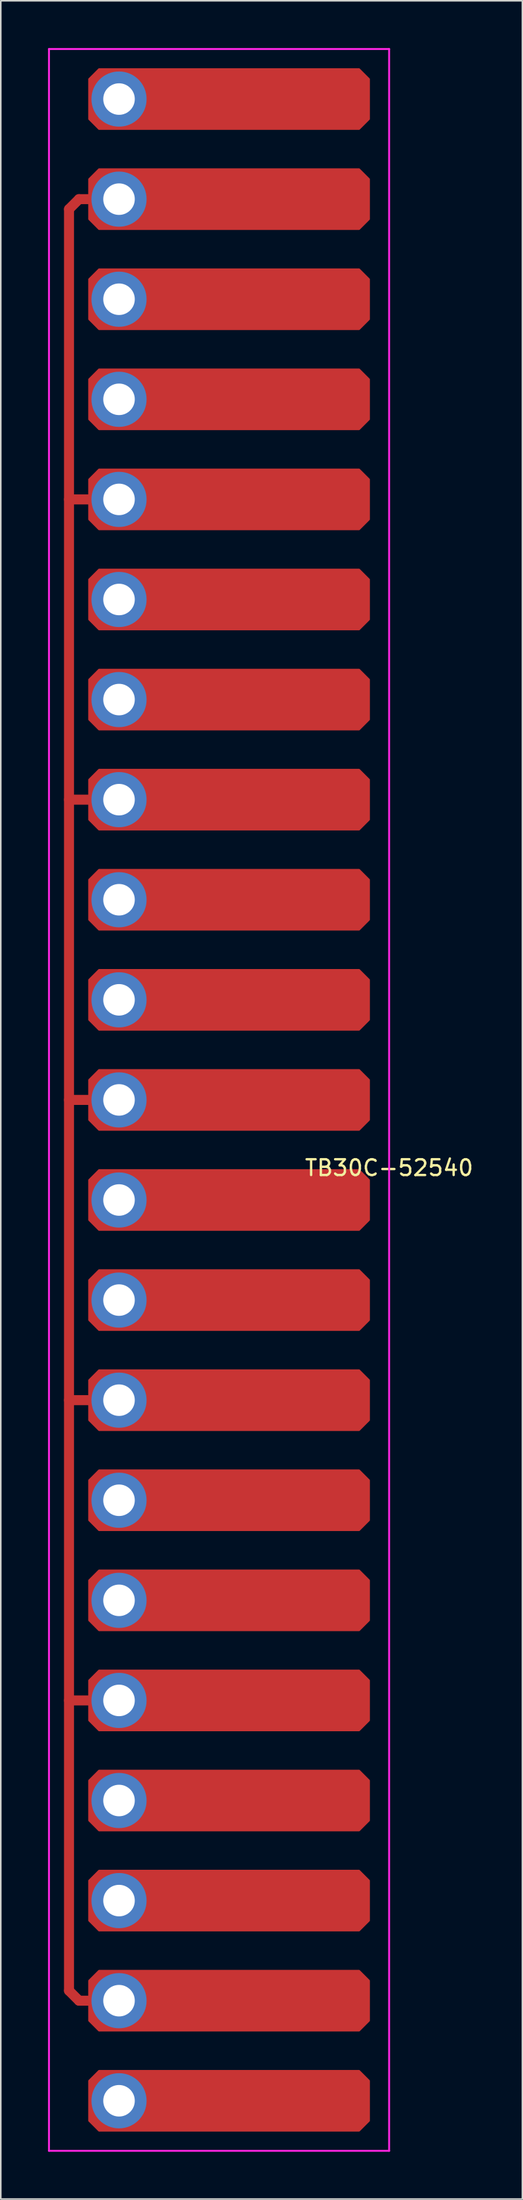
<source format=kicad_pcb>
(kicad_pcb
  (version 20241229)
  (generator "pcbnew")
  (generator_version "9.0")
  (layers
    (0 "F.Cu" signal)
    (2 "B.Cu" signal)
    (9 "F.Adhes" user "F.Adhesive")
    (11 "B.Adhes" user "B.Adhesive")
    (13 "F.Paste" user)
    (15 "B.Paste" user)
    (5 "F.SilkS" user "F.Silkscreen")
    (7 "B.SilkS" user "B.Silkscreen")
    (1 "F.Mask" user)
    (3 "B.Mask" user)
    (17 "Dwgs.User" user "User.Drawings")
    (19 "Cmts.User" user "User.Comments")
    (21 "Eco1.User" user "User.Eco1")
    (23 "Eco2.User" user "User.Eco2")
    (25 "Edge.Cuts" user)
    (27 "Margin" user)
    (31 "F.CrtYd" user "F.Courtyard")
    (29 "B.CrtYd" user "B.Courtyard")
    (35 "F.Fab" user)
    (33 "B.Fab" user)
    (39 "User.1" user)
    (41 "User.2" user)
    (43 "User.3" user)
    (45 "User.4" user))
  (footprint "TB30C-52540"
    (layer "F.Cu")
    (at 10.855 86.42)
    (property "Reference" "TB30C-52540" (at 10.795 -15.375 0) (layer "F.SilkS") (effects (font (size 1 1) (thickness 0.15))))
    (attr through_hole)
    (fp_line (start -9.525 -76.2) (end -9.525 36.83) (stroke (width 0.635) (type solid)) (layer "F.Cu"))
    (fp_line (start -9.525 -76.2) (end -8.89 -76.835) (stroke (width 0.635) (type solid)) (layer "F.Cu"))
    (fp_line (start -9.525 -57.785) (end -7.62 -57.785) (stroke (width 0.635) (type solid)) (layer "F.Cu"))
    (fp_line (start -9.525 -38.735) (end -7.62 -38.735) (stroke (width 0.635) (type solid)) (layer "F.Cu"))
    (fp_line (start -9.525 -19.685) (end -7.62 -19.685) (stroke (width 0.635) (type solid)) (layer "F.Cu"))
    (fp_line (start -9.525 -0.635) (end -7.62 -0.635) (stroke (width 0.635) (type solid)) (layer "F.Cu"))
    (fp_line (start -9.525 18.415) (end -7.62 18.415) (stroke (width 0.635) (type solid)) (layer "F.Cu"))
    (fp_line (start -9.525 36.83) (end -8.89 37.465) (stroke (width 0.635) (type solid)) (layer "F.Cu"))
    (fp_line (start -8.89 -76.835) (end -7.62 -76.835) (stroke (width 0.635) (type solid)) (layer "F.Cu"))
    (fp_line (start -8.89 37.465) (end -7.62 37.465) (stroke (width 0.635) (type solid)) (layer "F.Cu"))
    (fp_poly (pts (xy 9.525 -84.455) (xy 9.525 -81.915) (xy 8.89 -81.28) (xy -7.62 -81.28) (xy -8.255 -81.915) (xy -8.255 -84.455) (xy -7.62 -85.09) (xy 8.89 -85.09)) (stroke (width 0.1) (type solid)) (fill yes) (layer "F.Cu"))
    (fp_poly (pts (xy 9.525 -78.105) (xy 9.525 -75.565) (xy 8.89 -74.93) (xy -7.62 -74.93) (xy -8.255 -75.565) (xy -8.255 -78.105) (xy -7.62 -78.74) (xy 8.89 -78.74)) (stroke (width 0.1) (type solid)) (fill yes) (layer "F.Cu"))
    (fp_poly (pts (xy 9.525 -71.755) (xy 9.525 -69.215) (xy 8.89 -68.58) (xy -7.62 -68.58) (xy -8.255 -69.215) (xy -8.255 -71.755) (xy -7.62 -72.39) (xy 8.89 -72.39)) (stroke (width 0.1) (type solid)) (fill yes) (layer "F.Cu"))
    (fp_poly (pts (xy 9.525 -65.405) (xy 9.525 -62.865) (xy 8.89 -62.23) (xy -7.62 -62.23) (xy -8.255 -62.865) (xy -8.255 -65.405) (xy -7.62 -66.04) (xy 8.89 -66.04)) (stroke (width 0.1) (type solid)) (fill yes) (layer "F.Cu"))
    (fp_poly (pts (xy 9.525 -59.055) (xy 9.525 -56.515) (xy 8.89 -55.88) (xy -7.62 -55.88) (xy -8.255 -56.515) (xy -8.255 -59.055) (xy -7.62 -59.69) (xy 8.89 -59.69)) (stroke (width 0.1) (type solid)) (fill yes) (layer "F.Cu"))
    (fp_poly (pts (xy 9.525 -52.705) (xy 9.525 -50.165) (xy 8.89 -49.53) (xy -7.62 -49.53) (xy -8.255 -50.165) (xy -8.255 -52.705) (xy -7.62 -53.34) (xy 8.89 -53.34)) (stroke (width 0.1) (type solid)) (fill yes) (layer "F.Cu"))
    (fp_poly (pts (xy 9.525 -46.355) (xy 9.525 -43.815) (xy 8.89 -43.18) (xy -7.62 -43.18) (xy -8.255 -43.815) (xy -8.255 -46.355) (xy -7.62 -46.99) (xy 8.89 -46.99)) (stroke (width 0.1) (type solid)) (fill yes) (layer "F.Cu"))
    (fp_poly (pts (xy 9.525 -40.005) (xy 9.525 -37.465) (xy 8.89 -36.83) (xy -7.62 -36.83) (xy -8.255 -37.465) (xy -8.255 -40.005) (xy -7.62 -40.64) (xy 8.89 -40.64)) (stroke (width 0.1) (type solid)) (fill yes) (layer "F.Cu"))
    (fp_poly (pts (xy 9.525 -33.655) (xy 9.525 -31.115) (xy 8.89 -30.48) (xy -7.62 -30.48) (xy -8.255 -31.115) (xy -8.255 -33.655) (xy -7.62 -34.29) (xy 8.89 -34.29)) (stroke (width 0.1) (type solid)) (fill yes) (layer "F.Cu"))
    (fp_poly (pts (xy 9.525 -27.305) (xy 9.525 -24.765) (xy 8.89 -24.13) (xy -7.62 -24.13) (xy -8.255 -24.765) (xy -8.255 -27.305) (xy -7.62 -27.94) (xy 8.89 -27.94)) (stroke (width 0.1) (type solid)) (fill yes) (layer "F.Cu"))
    (fp_poly (pts (xy 9.525 -20.955) (xy 9.525 -18.415) (xy 8.89 -17.78) (xy -7.62 -17.78) (xy -8.255 -18.415) (xy -8.255 -20.955) (xy -7.62 -21.59) (xy 8.89 -21.59)) (stroke (width 0.1) (type solid)) (fill yes) (layer "F.Cu"))
    (fp_poly (pts (xy 9.525 -14.605) (xy 9.525 -12.065) (xy 8.89 -11.43) (xy -7.62 -11.43) (xy -8.255 -12.065) (xy -8.255 -14.605) (xy -7.62 -15.24) (xy 8.89 -15.24)) (stroke (width 0.1) (type solid)) (fill yes) (layer "F.Cu"))
    (fp_poly (pts (xy 9.525 -8.255) (xy 9.525 -5.715) (xy 8.89 -5.08) (xy -7.62 -5.08) (xy -8.255 -5.715) (xy -8.255 -8.255) (xy -7.62 -8.89) (xy 8.89 -8.89)) (stroke (width 0.1) (type solid)) (fill yes) (layer "F.Cu"))
    (fp_poly (pts (xy 9.525 -1.905) (xy 9.525 0.635) (xy 8.89 1.27) (xy -7.62 1.27) (xy -8.255 0.635) (xy -8.255 -1.905) (xy -7.62 -2.54) (xy 8.89 -2.54)) (stroke (width 0.1) (type solid)) (fill yes) (layer "F.Cu"))
    (fp_poly (pts (xy 9.525 4.445) (xy 9.525 6.985) (xy 8.89 7.62) (xy -7.62 7.62) (xy -8.255 6.985) (xy -8.255 4.445) (xy -7.62 3.81) (xy 8.89 3.81)) (stroke (width 0.1) (type solid)) (fill yes) (layer "F.Cu"))
    (fp_poly (pts (xy 9.525 10.795) (xy 9.525 13.335) (xy 8.89 13.97) (xy -7.62 13.97) (xy -8.255 13.335) (xy -8.255 10.795) (xy -7.62 10.16) (xy 8.89 10.16)) (stroke (width 0.1) (type solid)) (fill yes) (layer "F.Cu"))
    (fp_poly (pts (xy 9.525 17.145) (xy 9.525 19.685) (xy 8.89 20.32) (xy -7.62 20.32) (xy -8.255 19.685) (xy -8.255 17.145) (xy -7.62 16.51) (xy 8.89 16.51)) (stroke (width 0.1) (type solid)) (fill yes) (layer "F.Cu"))
    (fp_poly (pts (xy 9.525 23.495) (xy 9.525 26.035) (xy 8.89 26.67) (xy -7.62 26.67) (xy -8.255 26.035) (xy -8.255 23.495) (xy -7.62 22.86) (xy 8.89 22.86)) (stroke (width 0.1) (type solid)) (fill yes) (layer "F.Cu"))
    (fp_poly (pts (xy 9.525 29.845) (xy 9.525 32.385) (xy 8.89 33.02) (xy -7.62 33.02) (xy -8.255 32.385) (xy -8.255 29.845) (xy -7.62 29.21) (xy 8.89 29.21)) (stroke (width 0.1) (type solid)) (fill yes) (layer "F.Cu"))
    (fp_poly (pts (xy 9.525 36.195) (xy 9.525 38.735) (xy 8.89 39.37) (xy -7.62 39.37) (xy -8.255 38.735) (xy -8.255 36.195) (xy -7.62 35.56) (xy 8.89 35.56)) (stroke (width 0.1) (type solid)) (fill yes) (layer "F.Cu"))
    (fp_poly (pts (xy 9.525 42.545) (xy 9.525 45.085) (xy 8.89 45.72) (xy -7.62 45.72) (xy -8.255 45.085) (xy -8.255 42.545) (xy -7.62 41.91) (xy 8.89 41.91)) (stroke (width 0.1) (type solid)) (fill yes) (layer "F.Cu"))
    (fp_poly (pts (xy 9.335 -84.391) (xy 9.335 -81.978) (xy 8.826 -81.471) (xy -7.556 -81.471) (xy -8.065 -81.978) (xy -8.065 -84.391) (xy -7.556 -84.9) (xy 8.826 -84.9)) (stroke (width 0.1) (type solid)) (fill yes) (layer "F.Mask"))
    (fp_poly (pts (xy 9.335 -78.041) (xy 9.335 -75.629) (xy 8.826 -75.121) (xy -7.556 -75.121) (xy -8.065 -75.629) (xy -8.065 -78.041) (xy -7.556 -78.549) (xy 8.826 -78.549)) (stroke (width 0.1) (type solid)) (fill yes) (layer "F.Mask"))
    (fp_poly (pts (xy 9.335 -71.692) (xy 9.335 -69.278) (xy 8.826 -68.77) (xy -7.556 -68.77) (xy -8.065 -69.278) (xy -8.065 -71.692) (xy -7.556 -72.2) (xy 8.826 -72.2)) (stroke (width 0.1) (type solid)) (fill yes) (layer "F.Mask"))
    (fp_poly (pts (xy 9.335 -65.341) (xy 9.335 -62.928) (xy 8.826 -62.42) (xy -7.556 -62.42) (xy -8.065 -62.928) (xy -8.065 -65.341) (xy -7.556 -65.85) (xy 8.826 -65.85)) (stroke (width 0.1) (type solid)) (fill yes) (layer "F.Mask"))
    (fp_poly (pts (xy 9.335 -58.992) (xy 9.335 -56.578) (xy 8.826 -56.071) (xy -7.556 -56.071) (xy -8.065 -56.578) (xy -8.065 -58.992) (xy -7.556 -59.499) (xy 8.826 -59.499)) (stroke (width 0.1) (type solid)) (fill yes) (layer "F.Mask"))
    (fp_poly (pts (xy 9.335 -52.642) (xy 9.335 -50.228) (xy 8.826 -49.721) (xy -7.556 -49.721) (xy -8.065 -50.228) (xy -8.065 -52.642) (xy -7.556 -53.15) (xy 8.826 -53.15)) (stroke (width 0.1) (type solid)) (fill yes) (layer "F.Mask"))
    (fp_poly (pts (xy 9.335 -46.291) (xy 9.335 -43.879) (xy 8.826 -43.37) (xy -7.556 -43.37) (xy -8.065 -43.879) (xy -8.065 -46.291) (xy -7.556 -46.8) (xy 8.826 -46.8)) (stroke (width 0.1) (type solid)) (fill yes) (layer "F.Mask"))
    (fp_poly (pts (xy 9.335 -39.941) (xy 9.335 -37.529) (xy 8.826 -37.02) (xy -7.556 -37.02) (xy -8.065 -37.529) (xy -8.065 -39.941) (xy -7.556 -40.45) (xy 8.826 -40.45)) (stroke (width 0.1) (type solid)) (fill yes) (layer "F.Mask"))
    (fp_poly (pts (xy 9.335 -33.592) (xy 9.335 -31.178) (xy 8.826 -30.671) (xy -7.556 -30.671) (xy -8.065 -31.178) (xy -8.065 -33.592) (xy -7.556 -34.099) (xy 8.826 -34.099)) (stroke (width 0.1) (type solid)) (fill yes) (layer "F.Mask"))
    (fp_poly (pts (xy 9.335 -27.241) (xy 9.335 -24.828) (xy 8.826 -24.32) (xy -7.556 -24.32) (xy -8.065 -24.828) (xy -8.065 -27.241) (xy -7.556 -27.75) (xy 8.826 -27.75)) (stroke (width 0.1) (type solid)) (fill yes) (layer "F.Mask"))
    (fp_poly (pts (xy 9.335 -20.892) (xy 9.335 -18.479) (xy 8.826 -17.971) (xy -7.556 -17.971) (xy -8.065 -18.479) (xy -8.065 -20.892) (xy -7.556 -21.399) (xy 8.826 -21.399)) (stroke (width 0.1) (type solid)) (fill yes) (layer "F.Mask"))
    (fp_poly (pts (xy 9.335 -14.541) (xy 9.335 -12.129) (xy 8.826 -11.62) (xy -7.556 -11.62) (xy -8.065 -12.129) (xy -8.065 -14.541) (xy -7.556 -15.05) (xy 8.826 -15.05)) (stroke (width 0.1) (type solid)) (fill yes) (layer "F.Mask"))
    (fp_poly (pts (xy 9.335 -8.191) (xy 9.335 -5.779) (xy 8.826 -5.271) (xy -7.556 -5.271) (xy -8.065 -5.779) (xy -8.065 -8.191) (xy -7.556 -8.7) (xy 8.826 -8.7)) (stroke (width 0.1) (type solid)) (fill yes) (layer "F.Mask"))
    (fp_poly (pts (xy 9.335 -1.841) (xy 9.335 0.572) (xy 8.826 1.079) (xy -7.556 1.079) (xy -8.065 0.572) (xy -8.065 -1.841) (xy -7.556 -2.349) (xy 8.826 -2.349)) (stroke (width 0.1) (type solid)) (fill yes) (layer "F.Mask"))
    (fp_poly (pts (xy 9.335 4.508) (xy 9.335 6.921) (xy 8.826 7.429) (xy -7.556 7.429) (xy -8.065 6.921) (xy -8.065 4.508) (xy -7.556 4) (xy 8.826 4)) (stroke (width 0.1) (type solid)) (fill yes) (layer "F.Mask"))
    (fp_poly (pts (xy 9.335 10.858) (xy 9.335 13.271) (xy 8.826 13.78) (xy -7.556 13.78) (xy -8.065 13.271) (xy -8.065 10.858) (xy -7.556 10.351) (xy 8.826 10.351)) (stroke (width 0.1) (type solid)) (fill yes) (layer "F.Mask"))
    (fp_poly (pts (xy 9.335 17.209) (xy 9.335 19.622) (xy 8.826 20.13) (xy -7.556 20.13) (xy -8.065 19.622) (xy -8.065 17.209) (xy -7.556 16.701) (xy 8.826 16.701)) (stroke (width 0.1) (type solid)) (fill yes) (layer "F.Mask"))
    (fp_poly (pts (xy 9.335 23.558) (xy 9.335 25.971) (xy 8.826 26.48) (xy -7.556 26.48) (xy -8.065 25.971) (xy -8.065 23.558) (xy -7.556 23.05) (xy 8.826 23.05)) (stroke (width 0.1) (type solid)) (fill yes) (layer "F.Mask"))
    (fp_poly (pts (xy 9.335 29.909) (xy 9.335 32.322) (xy 8.826 32.83) (xy -7.556 32.83) (xy -8.065 32.322) (xy -8.065 29.909) (xy -7.556 29.401) (xy 8.826 29.401)) (stroke (width 0.1) (type solid)) (fill yes) (layer "F.Mask"))
    (fp_poly (pts (xy 9.335 36.258) (xy 9.335 38.672) (xy 8.826 39.179) (xy -7.556 39.179) (xy -8.065 38.672) (xy -8.065 36.258) (xy -7.556 35.751) (xy 8.826 35.751)) (stroke (width 0.1) (type solid)) (fill yes) (layer "F.Mask"))
    (fp_poly (pts (xy 9.335 42.608) (xy 9.335 45.022) (xy 8.826 45.529) (xy -7.556 45.529) (xy -8.065 45.022) (xy -8.065 42.608) (xy -7.556 42.1) (xy 8.826 42.1)) (stroke (width 0.1) (type solid)) (fill yes) (layer "F.Mask"))
    (fp_line (start -10.795 -86.36) (end -10.795 46.99) (stroke (width 0.12) (type solid)) (layer "F.CrtYd"))
    (fp_line (start -10.795 46.99) (end 10.795 46.99) (stroke (width 0.12) (type solid)) (layer "F.CrtYd"))
    (fp_line (start 10.795 -86.36) (end -10.795 -86.36) (stroke (width 0.12) (type solid)) (layer "F.CrtYd"))
    (fp_line (start 10.795 46.99) (end 10.795 -86.36) (stroke (width 0.12) (type solid)) (layer "F.CrtYd"))
    (pad "1" thru_hole circle (at -6.35 -70.485) (size 3.5 3.5) (drill 2) (layers "*.Cu" "B.Mask"))
    (pad "1" thru_hole circle (at -6.35 -51.435) (size 3.5 3.5) (drill 2) (layers "*.Cu" "B.Mask"))
    (pad "1" thru_hole circle (at -6.35 -32.385) (size 3.5 3.5) (drill 2) (layers "*.Cu" "B.Mask"))
    (pad "1" thru_hole circle (at -6.35 -13.335) (size 3.5 3.5) (drill 2) (layers "*.Cu" "B.Mask"))
    (pad "1" thru_hole circle (at -6.35 5.715) (size 3.5 3.5) (drill 2) (layers "*.Cu" "B.Mask"))
    (pad "1" thru_hole circle (at -6.35 24.765) (size 3.5 3.5) (drill 2) (layers "*.Cu" "B.Mask"))
    (pad "1" thru_hole circle (at -6.35 43.815) (size 3.5 3.5) (drill 2) (layers "*.Cu" "B.Mask"))
    (pad "2" thru_hole circle (at -6.35 -76.835) (size 3.5 3.5) (drill 2) (layers "*.Cu" "B.Mask"))
    (pad "2" thru_hole circle (at -6.35 -57.785) (size 3.5 3.5) (drill 2) (layers "*.Cu" "B.Mask"))
    (pad "2" thru_hole circle (at -6.35 -38.735) (size 3.5 3.5) (drill 2) (layers "*.Cu" "B.Mask"))
    (pad "2" thru_hole circle (at -6.35 -19.685) (size 3.5 3.5) (drill 2) (layers "*.Cu" "B.Mask"))
    (pad "2" thru_hole circle (at -6.35 -0.635) (size 3.5 3.5) (drill 2) (layers "*.Cu" "B.Mask"))
    (pad "2" thru_hole circle (at -6.35 18.415) (size 3.5 3.5) (drill 2) (layers "*.Cu" "B.Mask"))
    (pad "2" thru_hole circle (at -6.35 37.465) (size 3.5 3.5) (drill 2) (layers "*.Cu" "B.Mask"))
    (pad "3" thru_hole circle (at -6.35 -83.185) (size 3.5 3.5) (drill 2) (layers "*.Cu" "B.Mask"))
    (pad "3" thru_hole circle (at -6.35 -64.135) (size 3.5 3.5) (drill 2) (layers "*.Cu" "B.Mask"))
    (pad "3" thru_hole circle (at -6.35 -45.085) (size 3.5 3.5) (drill 2) (layers "*.Cu" "B.Mask"))
    (pad "3" thru_hole circle (at -6.35 -26.035) (size 3.5 3.5) (drill 2) (layers "*.Cu" "B.Mask"))
    (pad "3" thru_hole circle (at -6.35 -6.985) (size 3.5 3.5) (drill 2) (layers "*.Cu" "B.Mask"))
    (pad "3" thru_hole circle (at -6.35 12.065) (size 3.5 3.5) (drill 2) (layers "*.Cu" "B.Mask"))
    (pad "3" thru_hole circle (at -6.35 31.115) (size 3.5 3.5) (drill 2) (layers "*.Cu" "B.Mask")))
  (gr_rect
    (start -3 -3)
    (end 30.108 136.47)
    (stroke (width 0.1) (type default))
    (fill no)
    (layer "Edge.Cuts")))
</source>
